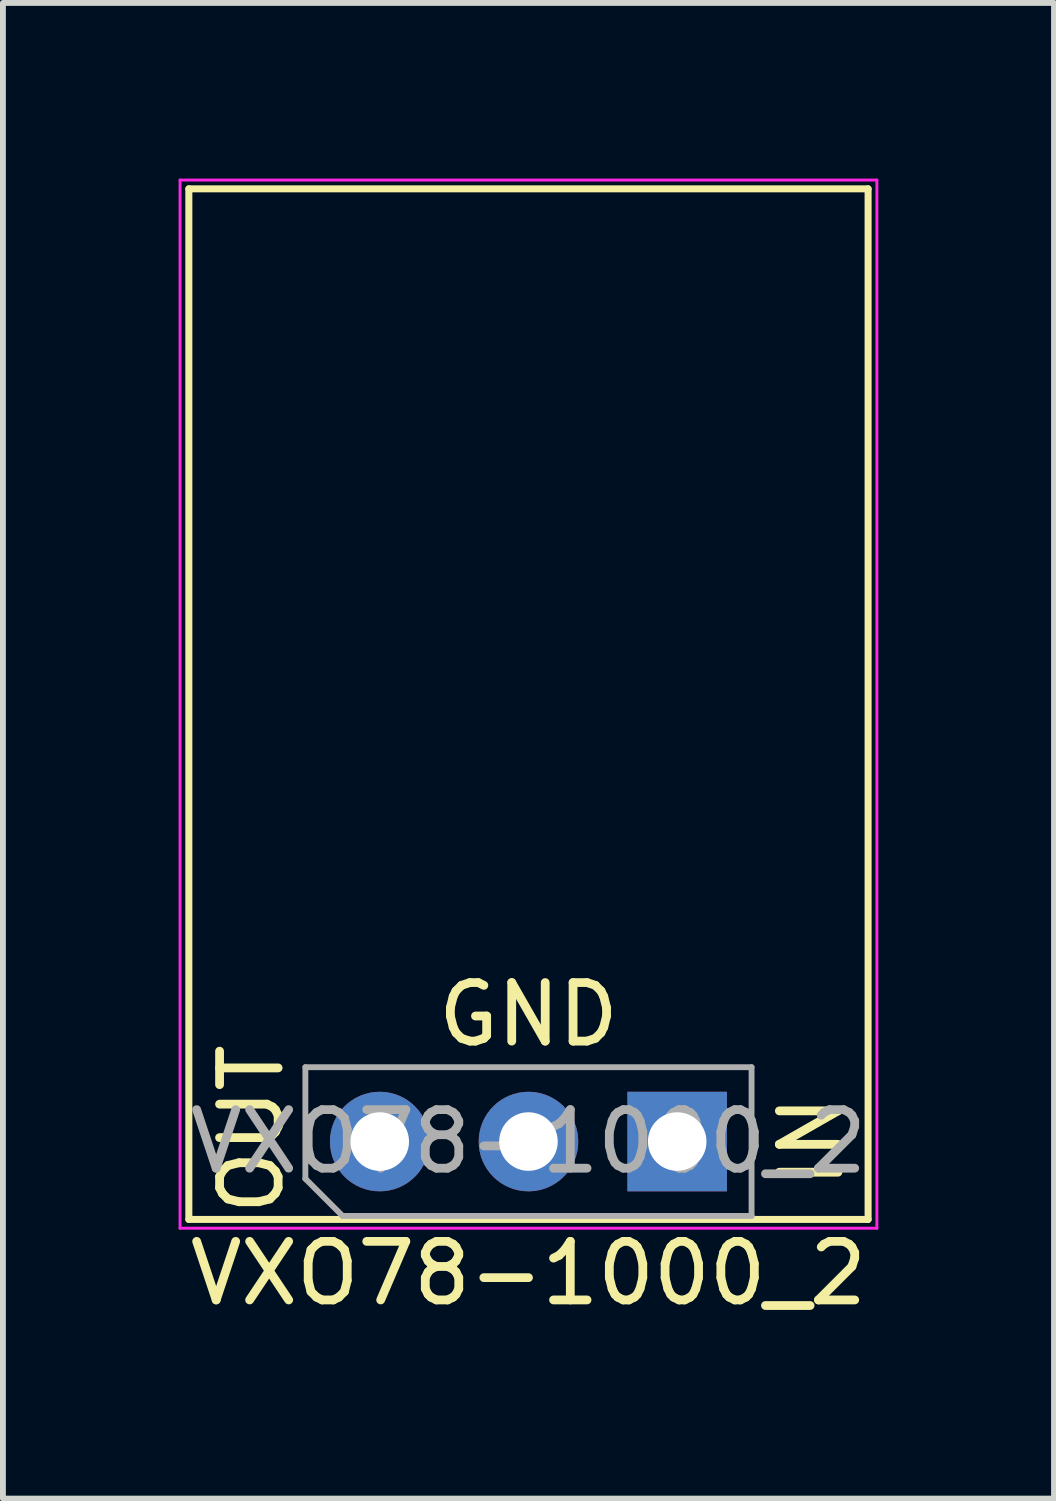
<source format=kicad_pcb>
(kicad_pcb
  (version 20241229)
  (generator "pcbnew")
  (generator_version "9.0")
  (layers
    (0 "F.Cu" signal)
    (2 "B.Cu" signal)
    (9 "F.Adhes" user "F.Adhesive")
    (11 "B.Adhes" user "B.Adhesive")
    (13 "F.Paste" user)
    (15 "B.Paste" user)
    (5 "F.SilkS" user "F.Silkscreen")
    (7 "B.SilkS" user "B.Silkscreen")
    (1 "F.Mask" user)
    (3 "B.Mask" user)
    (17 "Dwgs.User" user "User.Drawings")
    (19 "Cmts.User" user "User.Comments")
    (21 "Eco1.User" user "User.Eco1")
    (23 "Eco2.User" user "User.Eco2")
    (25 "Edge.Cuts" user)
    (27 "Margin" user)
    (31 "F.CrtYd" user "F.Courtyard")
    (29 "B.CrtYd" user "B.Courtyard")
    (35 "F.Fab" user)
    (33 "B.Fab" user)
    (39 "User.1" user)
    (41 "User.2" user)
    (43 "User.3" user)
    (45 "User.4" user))
  (footprint "VXO78-1000_2"
    (layer "F.Cu")
    (at 5.975 16.445)
    (property "Reference" "VXO78-1000_2" (at 0 2.25 0) (layer "F.SilkS") (effects (font (size 1 1) (thickness 0.15))))
    (attr through_hole)
    (fp_line (start -5.8 -16.27) (end 5.8 -16.27) (stroke (width 0.12) (type solid)) (layer "F.SilkS"))
    (fp_line (start -5.8 1.33) (end -5.8 -16.27) (stroke (width 0.12) (type solid)) (layer "F.SilkS"))
    (fp_line (start -5.8 1.33) (end 5.8 1.33) (stroke (width 0.12) (type solid)) (layer "F.SilkS"))
    (fp_line (start 5.8 1.33) (end 5.8 -16.27) (stroke (width 0.12) (type solid)) (layer "F.SilkS"))
    (fp_line (start -5.95 1.48) (end -5.95 -16.42) (stroke (width 0.05) (type solid)) (layer "F.CrtYd"))
    (fp_line (start -5.95 1.48) (end 5.95 1.48) (stroke (width 0.05) (type solid)) (layer "F.CrtYd"))
    (fp_line (start 5.95 -16.42) (end -5.95 -16.42) (stroke (width 0.05) (type solid)) (layer "F.CrtYd"))
    (fp_line (start 5.95 -16.42) (end 5.95 1.48) (stroke (width 0.05) (type solid)) (layer "F.CrtYd"))
    (fp_line (start -3.81 -1.27) (end 3.81 -1.27) (stroke (width 0.1) (type solid)) (layer "F.Fab"))
    (fp_line (start -3.81 0.635) (end -3.81 -1.27) (stroke (width 0.1) (type solid)) (layer "F.Fab"))
    (fp_line (start -3.175 1.27) (end -3.81 0.635) (stroke (width 0.1) (type solid)) (layer "F.Fab"))
    (fp_line (start 3.81 -1.27) (end 3.81 1.27) (stroke (width 0.1) (type solid)) (layer "F.Fab"))
    (fp_line (start 3.81 1.27) (end -3.175 1.27) (stroke (width 0.1) (type solid)) (layer "F.Fab"))
    (fp_text user "OUT" (at -4.73 -0.21 90) (layer "F.SilkS") (effects (font (size 1 1) (thickness 0.15))))
    (fp_text user "IN" (at 4.83 0 90) (layer "F.SilkS") (effects (font (size 1 1) (thickness 0.15))))
    (fp_text user "GND" (at 0 -2.17 0) (layer "F.SilkS") (effects (font (size 1 1) (thickness 0.15))))
    (fp_text user "${REFERENCE}" (at 0 0 180) (layer "F.Fab") (effects (font (size 1 1) (thickness 0.15))))
    (pad "1" thru_hole rect (at 2.54 0 90) (size 1.7 1.7) (drill 1) (layers "*.Cu" "*.Mask"))
    (pad "2" thru_hole oval (at 0 0 90) (size 1.7 1.7) (drill 1) (layers "*.Cu" "*.Mask"))
    (pad "3" thru_hole oval (at -2.54 0 90) (size 1.7 1.7) (drill 1) (layers "*.Cu" "*.Mask")))
  (gr_rect
    (start -3 -3)
    (end 14.95 22.543)
    (stroke (width 0.1) (type default))
    (fill no)
    (layer "Edge.Cuts")))
</source>
